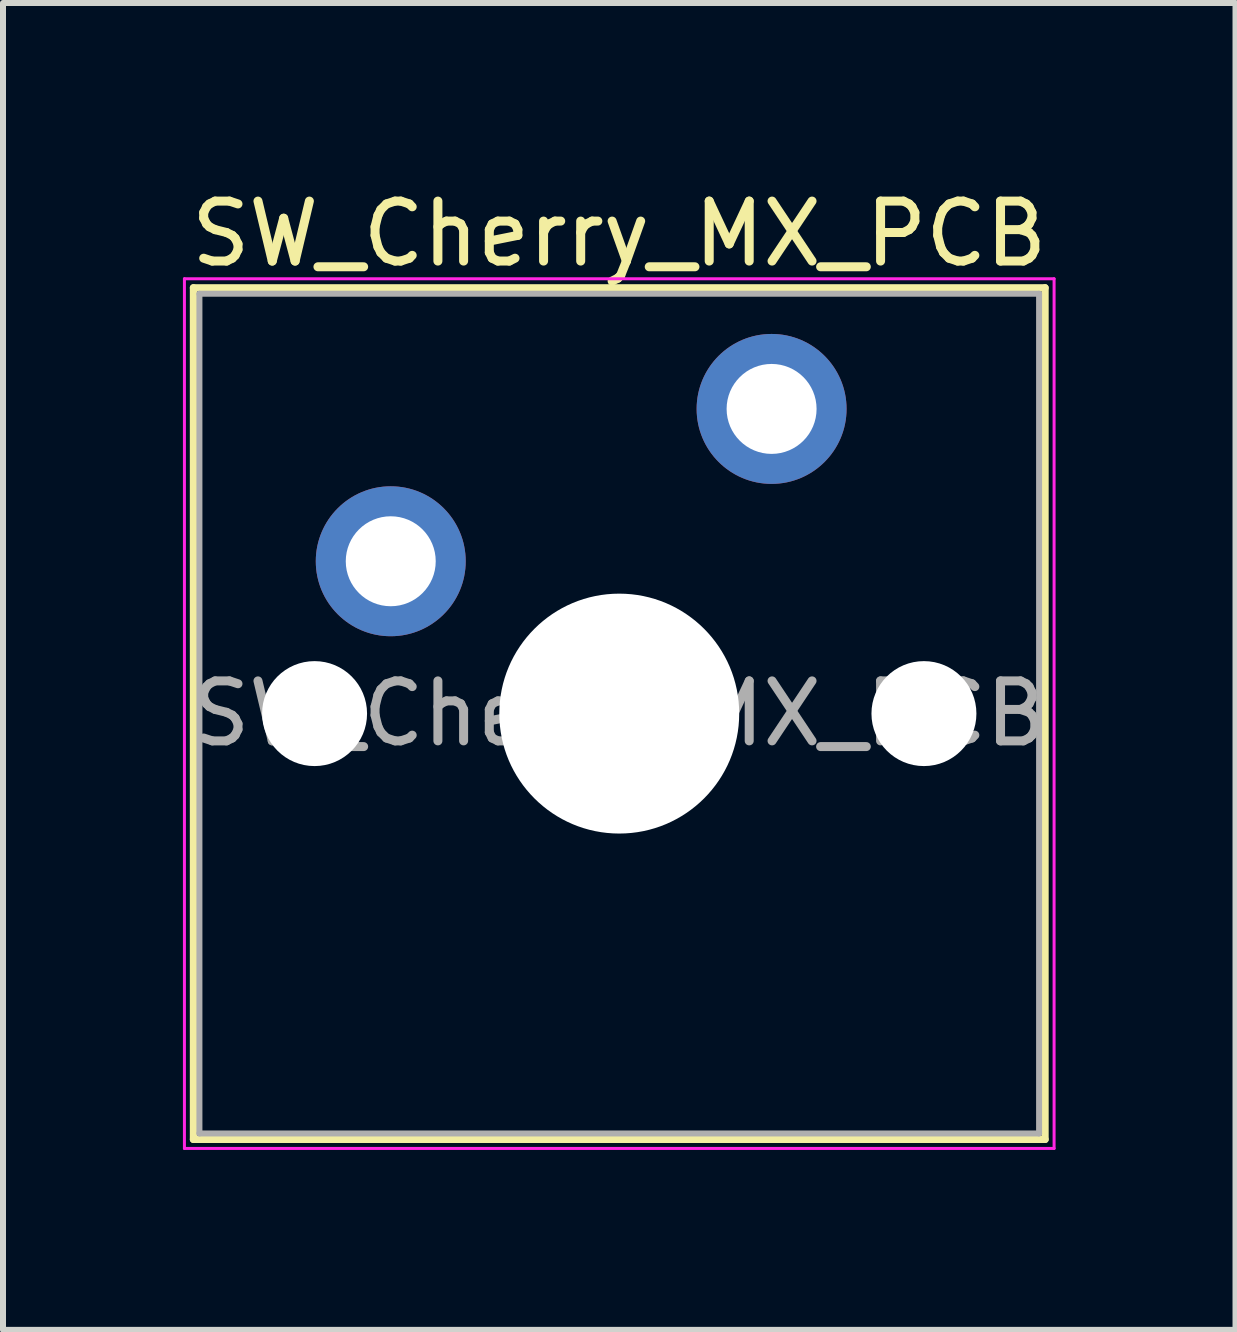
<source format=kicad_pcb>
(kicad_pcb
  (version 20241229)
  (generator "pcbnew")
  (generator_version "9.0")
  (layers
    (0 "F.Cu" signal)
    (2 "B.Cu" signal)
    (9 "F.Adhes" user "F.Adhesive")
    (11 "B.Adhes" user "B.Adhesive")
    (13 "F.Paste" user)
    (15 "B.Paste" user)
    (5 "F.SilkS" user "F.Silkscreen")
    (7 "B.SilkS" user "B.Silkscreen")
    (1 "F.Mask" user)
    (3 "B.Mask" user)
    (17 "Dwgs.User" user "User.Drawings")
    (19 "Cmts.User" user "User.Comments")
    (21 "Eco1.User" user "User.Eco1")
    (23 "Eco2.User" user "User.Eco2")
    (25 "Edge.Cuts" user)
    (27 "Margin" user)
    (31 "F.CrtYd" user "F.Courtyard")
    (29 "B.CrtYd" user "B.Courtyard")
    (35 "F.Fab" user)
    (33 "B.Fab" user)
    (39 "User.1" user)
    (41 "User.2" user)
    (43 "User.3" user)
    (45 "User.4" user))
  (footprint "SW_Cherry_MX_PCB"
    (layer "F.Cu")
    (at 7.275 8.848)
    (property "Reference" "SW_Cherry_MX_PCB" (at 0 -8 0) (layer "F.SilkS") (effects (font (size 1 1) (thickness 0.15))))
    (attr through_hole)
    (fp_line (start -7.1 -7.1) (end -7.1 7.1) (stroke (width 0.12) (type solid)) (layer "F.SilkS"))
    (fp_line (start -7.1 7.1) (end 7.1 7.1) (stroke (width 0.12) (type solid)) (layer "F.SilkS"))
    (fp_line (start 7.1 -7.1) (end -7.1 -7.1) (stroke (width 0.12) (type solid)) (layer "F.SilkS"))
    (fp_line (start 7.1 7.1) (end 7.1 -7.1) (stroke (width 0.12) (type solid)) (layer "F.SilkS"))
    (fp_line (start -7 -7) (end -7 7) (stroke (width 0.1) (type solid)) (layer "Eco1.User"))
    (fp_line (start -7 7) (end 7 7) (stroke (width 0.1) (type solid)) (layer "Eco1.User"))
    (fp_line (start 7 -7) (end -7 -7) (stroke (width 0.1) (type solid)) (layer "Eco1.User"))
    (fp_line (start 7 7) (end 7 -7) (stroke (width 0.1) (type solid)) (layer "Eco1.User"))
    (fp_line (start -7.25 -7.25) (end -7.25 7.25) (stroke (width 0.05) (type solid)) (layer "F.CrtYd"))
    (fp_line (start -7.25 7.25) (end 7.25 7.25) (stroke (width 0.05) (type solid)) (layer "F.CrtYd"))
    (fp_line (start 7.25 -7.25) (end -7.25 -7.25) (stroke (width 0.05) (type solid)) (layer "F.CrtYd"))
    (fp_line (start 7.25 7.25) (end 7.25 -7.25) (stroke (width 0.05) (type solid)) (layer "F.CrtYd"))
    (fp_line (start -7 -7) (end -7 7) (stroke (width 0.1) (type solid)) (layer "F.Fab"))
    (fp_line (start -7 7) (end 7 7) (stroke (width 0.1) (type solid)) (layer "F.Fab"))
    (fp_line (start 7 -7) (end -7 -7) (stroke (width 0.1) (type solid)) (layer "F.Fab"))
    (fp_line (start 7 7) (end 7 -7) (stroke (width 0.1) (type solid)) (layer "F.Fab"))
    (fp_text user "${REFERENCE}" (at 0 0 0) (layer "F.Fab") (effects (font (size 1 1) (thickness 0.15))))
    (pad "" np_thru_hole circle (at -5.08 0) (size 1.75 1.75) (drill 1.75) (layers "*.Cu" "*.Mask"))
    (pad "" np_thru_hole circle (at 0 0) (size 4 4) (drill 4) (layers "*.Cu" "*.Mask"))
    (pad "" np_thru_hole circle (at 5.08 0) (size 1.75 1.75) (drill 1.75) (layers "*.Cu" "*.Mask"))
    (pad "1" thru_hole circle (at -3.81 -2.54) (size 2.5 2.5) (drill 1.5) (layers "*.Cu" "*.Mask"))
    (pad "2" thru_hole circle (at 2.54 -5.08) (size 2.5 2.5) (drill 1.5) (layers "*.Cu" "*.Mask")))
  (gr_rect
    (start -3 -3)
    (end 17.55 19.123)
    (stroke (width 0.1) (type default))
    (fill no)
    (layer "Edge.Cuts")))
</source>
